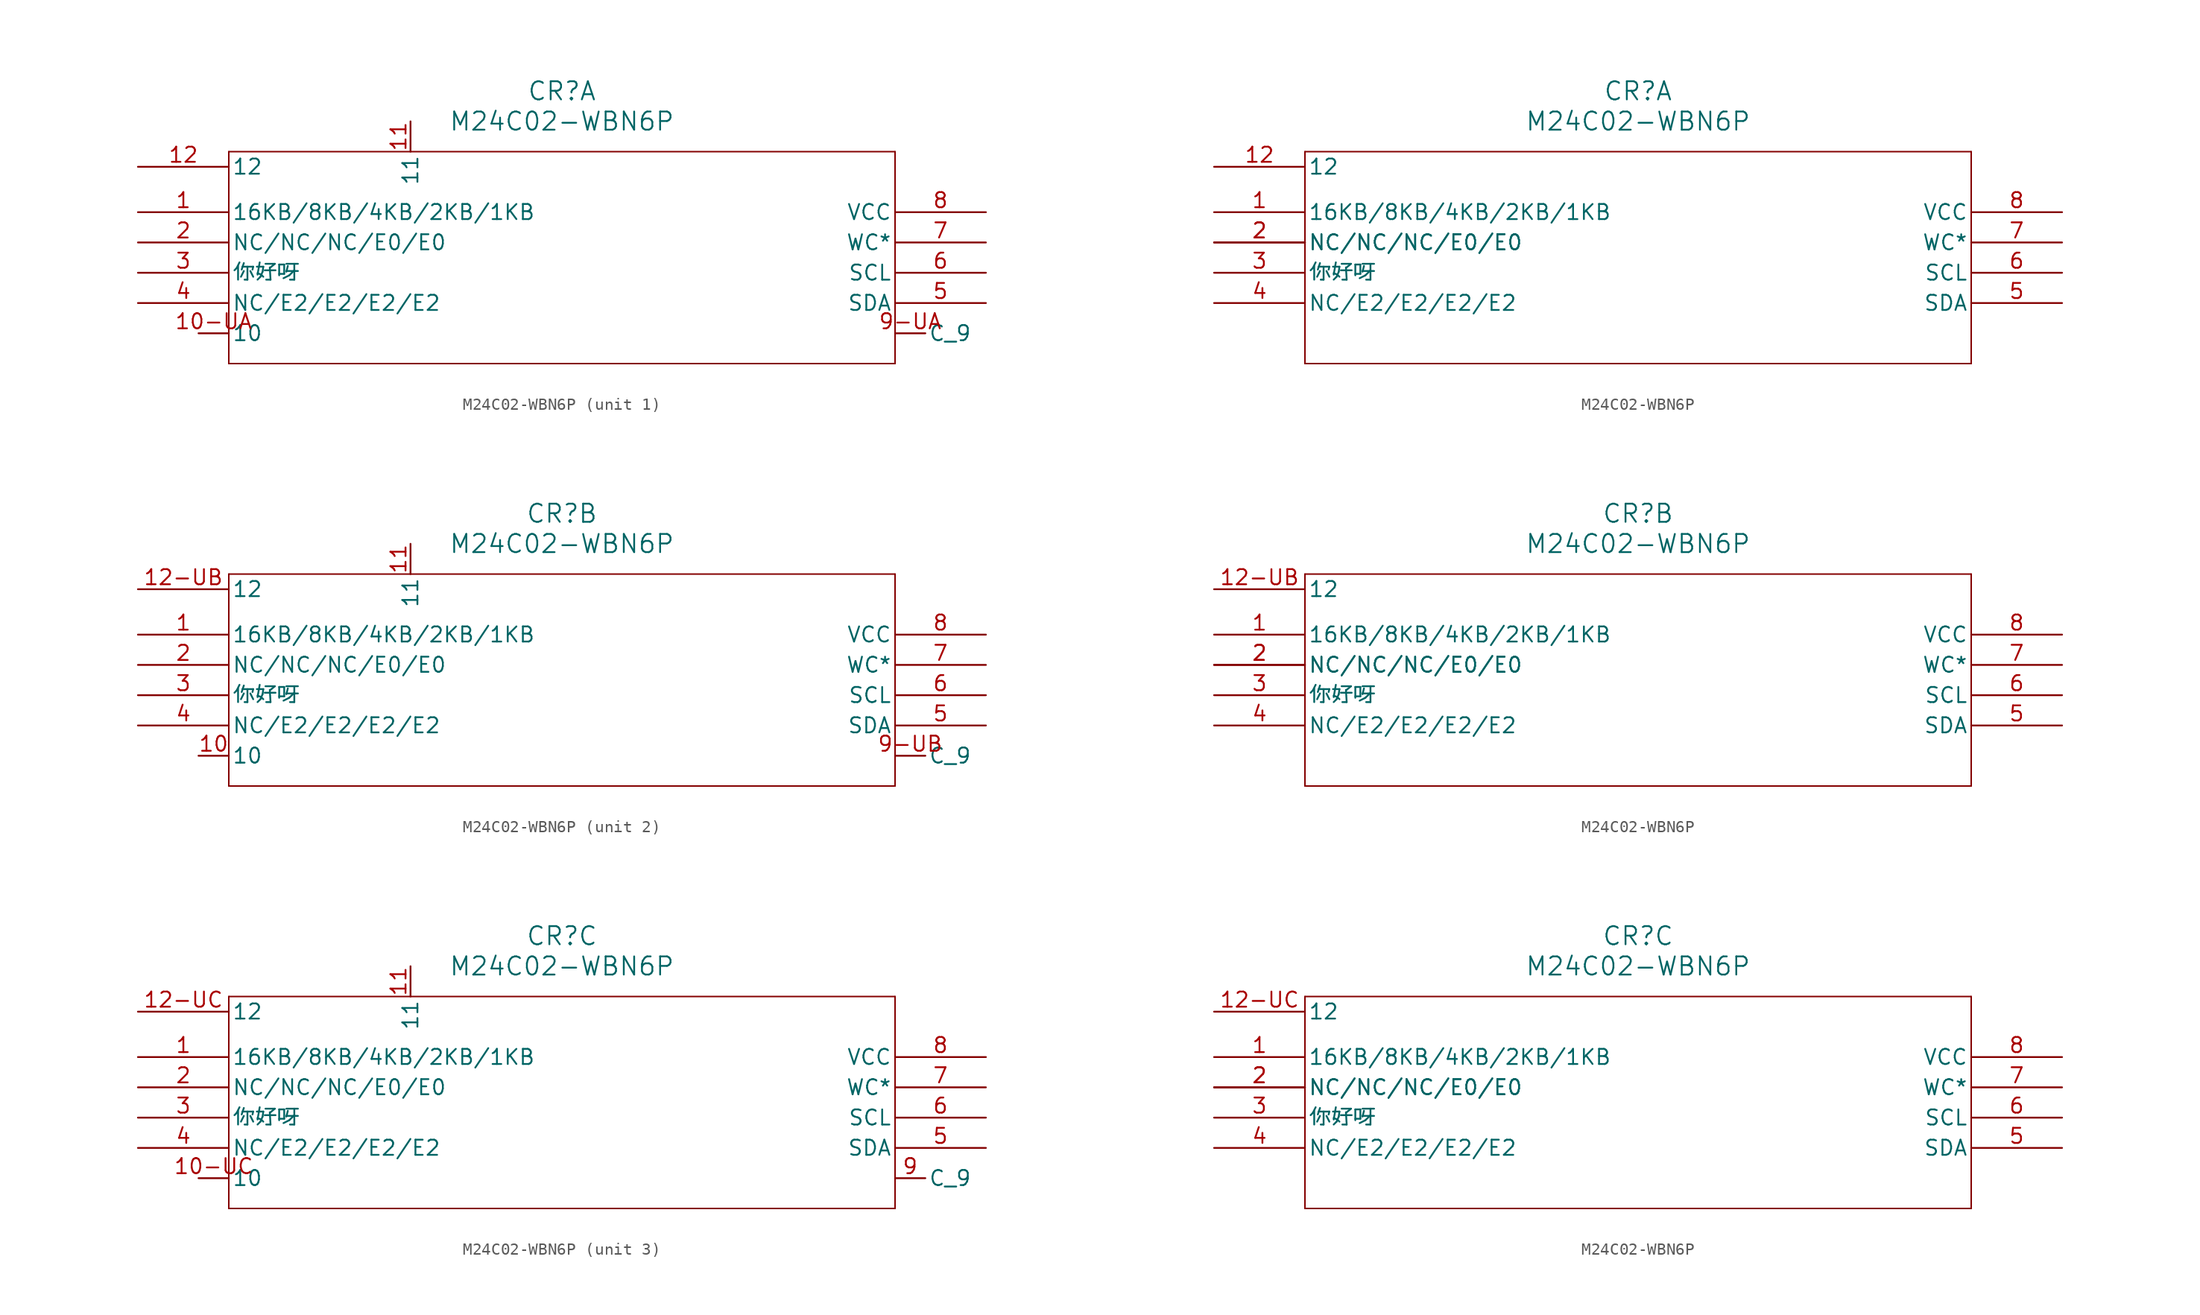
<source format=kicad_sym>
(kicad_symbol_lib
  (version 20231120)
  (generator "kicad_symbol_editor")
  (generator_version "7.99")
  (symbol "M24C02-WBN6P"
    (pin_names
      (offset 0.254))
    (property "Reference" "CR"
      (at 35.56 10.16 0)
      (effects (font (size 1.524 1.524))))
    (property "Value" "M24C02-WBN6P"
      (at 35.56 7.62 0)
      (effects (font (size 1.524 1.524))))
    (symbol "M24C02-WBN6P_0_0"
      (pin bidirectional line (at 0 -2.54 0) (length 7.62) (name "NC/NC/NC/E0/E0" (effects (font (size 1.27 1.27)))) (number "2" (effects (font (size 1.27 1.27))))))
    (symbol "M24C02-WBN6P_0_1"
      (polyline (pts (xy 7.62 -12.7) (xy 63.5 -12.7)) (stroke (width 0.127) (type default)) (fill (type none)))
      (polyline (pts (xy 7.62 5.08) (xy 7.62 -12.7)) (stroke (width 0.127) (type default)) (fill (type none)))
      (polyline (pts (xy 63.5 -12.7) (xy 63.5 5.08)) (stroke (width 0.127) (type default)) (fill (type none)))
      (polyline (pts (xy 63.5 5.08) (xy 7.62 5.08)) (stroke (width 0.127) (type default)) (fill (type none)))
      (pin bidirectional line (at 0 0 0) (length 7.62) (name "16KB/8KB/4KB/2KB/1KB" (effects (font (size 1.27 1.27)))) (number "1" (effects (font (size 1.27 1.27)))))
      (pin input line (at 22.86 7.62 270) (length 2.54) (name "11" (effects (font (size 1.27 1.27)))) (number "11" (effects (font (size 1.27 1.27)))))
      (pin bidirectional line (at 0 -5.08 0) (length 7.62) (name "你好呀" (effects (font (size 1.27 1.27)))) (number "3" (effects (font (size 1.27 1.27)))))
      (pin bidirectional line (at 0 -7.62 0) (length 7.62) (name "NC/E2/E2/E2/E2" (effects (font (size 1.27 1.27)))) (number "4" (effects (font (size 1.27 1.27)))))
      (pin bidirectional line (at 71.12 -7.62 180) (length 7.62) (name "SDA" (effects (font (size 1.27 1.27)))) (number "5" (effects (font (size 1.27 1.27)))))
      (pin input line (at 71.12 -5.08 180) (length 7.62) (name "SCL" (effects (font (size 1.27 1.27)))) (number "6" (effects (font (size 1.27 1.27)))))
      (pin input line (at 71.12 -2.54 180) (length 7.62) (name "WC*" (effects (font (size 1.27 1.27)))) (number "7" (effects (font (size 1.27 1.27)))))
      (pin power_in line (at 71.12 0 180) (length 7.62) (name "VCC" (effects (font (size 1.27 1.27)))) (number "8" (effects (font (size 1.27 1.27))))))
    (symbol "M24C02-WBN6P_0_2"
      (polyline (pts (xy 7.62 -12.7) (xy 63.5 -12.7)) (stroke (width 0.127) (type default)) (fill (type none)))
      (polyline (pts (xy 7.62 5.08) (xy 7.62 -12.7)) (stroke (width 0.127) (type default)) (fill (type none)))
      (polyline (pts (xy 63.5 -12.7) (xy 63.5 5.08)) (stroke (width 0.127) (type default)) (fill (type none)))
      (polyline (pts (xy 63.5 5.08) (xy 7.62 5.08)) (stroke (width 0.127) (type default)) (fill (type none)))
      (pin bidirectional line (at 0 0 0) (length 7.62) (name "16KB/8KB/4KB/2KB/1KB" (effects (font (size 1.27 1.27)))) (number "1" (effects (font (size 1.27 1.27)))))
      (pin bidirectional line (at 0 -2.54 0) (length 7.62) (name "NC/NC/NC/E0/E0" (effects (font (size 1.27 1.27)))) (number "2" (effects (font (size 1.27 1.27)))))
      (pin bidirectional line (at 0 -5.08 0) (length 7.62) (name "你好呀" (effects (font (size 1.27 1.27)))) (number "3" (effects (font (size 1.27 1.27)))))
      (pin bidirectional line (at 0 -7.62 0) (length 7.62) (name "NC/E2/E2/E2/E2" (effects (font (size 1.27 1.27)))) (number "4" (effects (font (size 1.27 1.27)))))
      (pin bidirectional line (at 71.12 -7.62 180) (length 7.62) (name "SDA" (effects (font (size 1.27 1.27)))) (number "5" (effects (font (size 1.27 1.27)))))
      (pin input line (at 71.12 -5.08 180) (length 7.62) (name "SCL" (effects (font (size 1.27 1.27)))) (number "6" (effects (font (size 1.27 1.27)))))
      (pin input line (at 71.12 -2.54 180) (length 7.62) (name "WC*" (effects (font (size 1.27 1.27)))) (number "7" (effects (font (size 1.27 1.27)))))
      (pin power_in line (at 71.12 0 180) (length 7.62) (name "VCC" (effects (font (size 1.27 1.27)))) (number "8" (effects (font (size 1.27 1.27))))))
    (symbol "M24C02-WBN6P_1_0"
      (pin bidirectional line (at 0 3.81 0) (length 7.62) (name "12" (effects (font (size 1.27 1.27)))) (number "12" (effects (font (size 1.27 1.27))))))
    (symbol "M24C02-WBN6P_1_1"
      (pin input line (at 5.08 -10.16 0) (length 2.54) (name "10" (effects (font (size 1.27 1.27)))) (number "10-UA" (effects (font (size 1.27 1.27)))))
      (pin input line (at 63.5 -10.16 0) (length 2.54) (name "C_9" (effects (font (size 1.27 1.27)))) (number "9-UA" (effects (font (size 1.27 1.27))))))
    (symbol "M24C02-WBN6P_2_0"
      (pin bidirectional line (at 0 3.81 0) (length 7.62) (name "12" (effects (font (size 1.27 1.27)))) (number "12-UB" (effects (font (size 1.27 1.27))))))
    (symbol "M24C02-WBN6P_2_1"
      (pin input line (at 5.08 -10.16 0) (length 2.54) (name "10" (effects (font (size 1.27 1.27)))) (number "10" (effects (font (size 1.27 1.27)))))
      (pin input line (at 63.5 -10.16 0) (length 2.54) (name "C_9" (effects (font (size 1.27 1.27)))) (number "9-UB" (effects (font (size 1.27 1.27))))))
    (symbol "M24C02-WBN6P_3_0"
      (pin bidirectional line (at 0 3.81 0) (length 7.62) (name "12" (effects (font (size 1.27 1.27)))) (number "12-UC" (effects (font (size 1.27 1.27))))))
    (symbol "M24C02-WBN6P_3_1"
      (pin input line (at 5.08 -10.16 0) (length 2.54) (name "10" (effects (font (size 1.27 1.27)))) (number "10-UC" (effects (font (size 1.27 1.27)))))
      (pin input line (at 63.5 -10.16 0) (length 2.54) (name "C_9" (effects (font (size 1.27 1.27)))) (number "9" (effects (font (size 1.27 1.27))))))))
</source>
